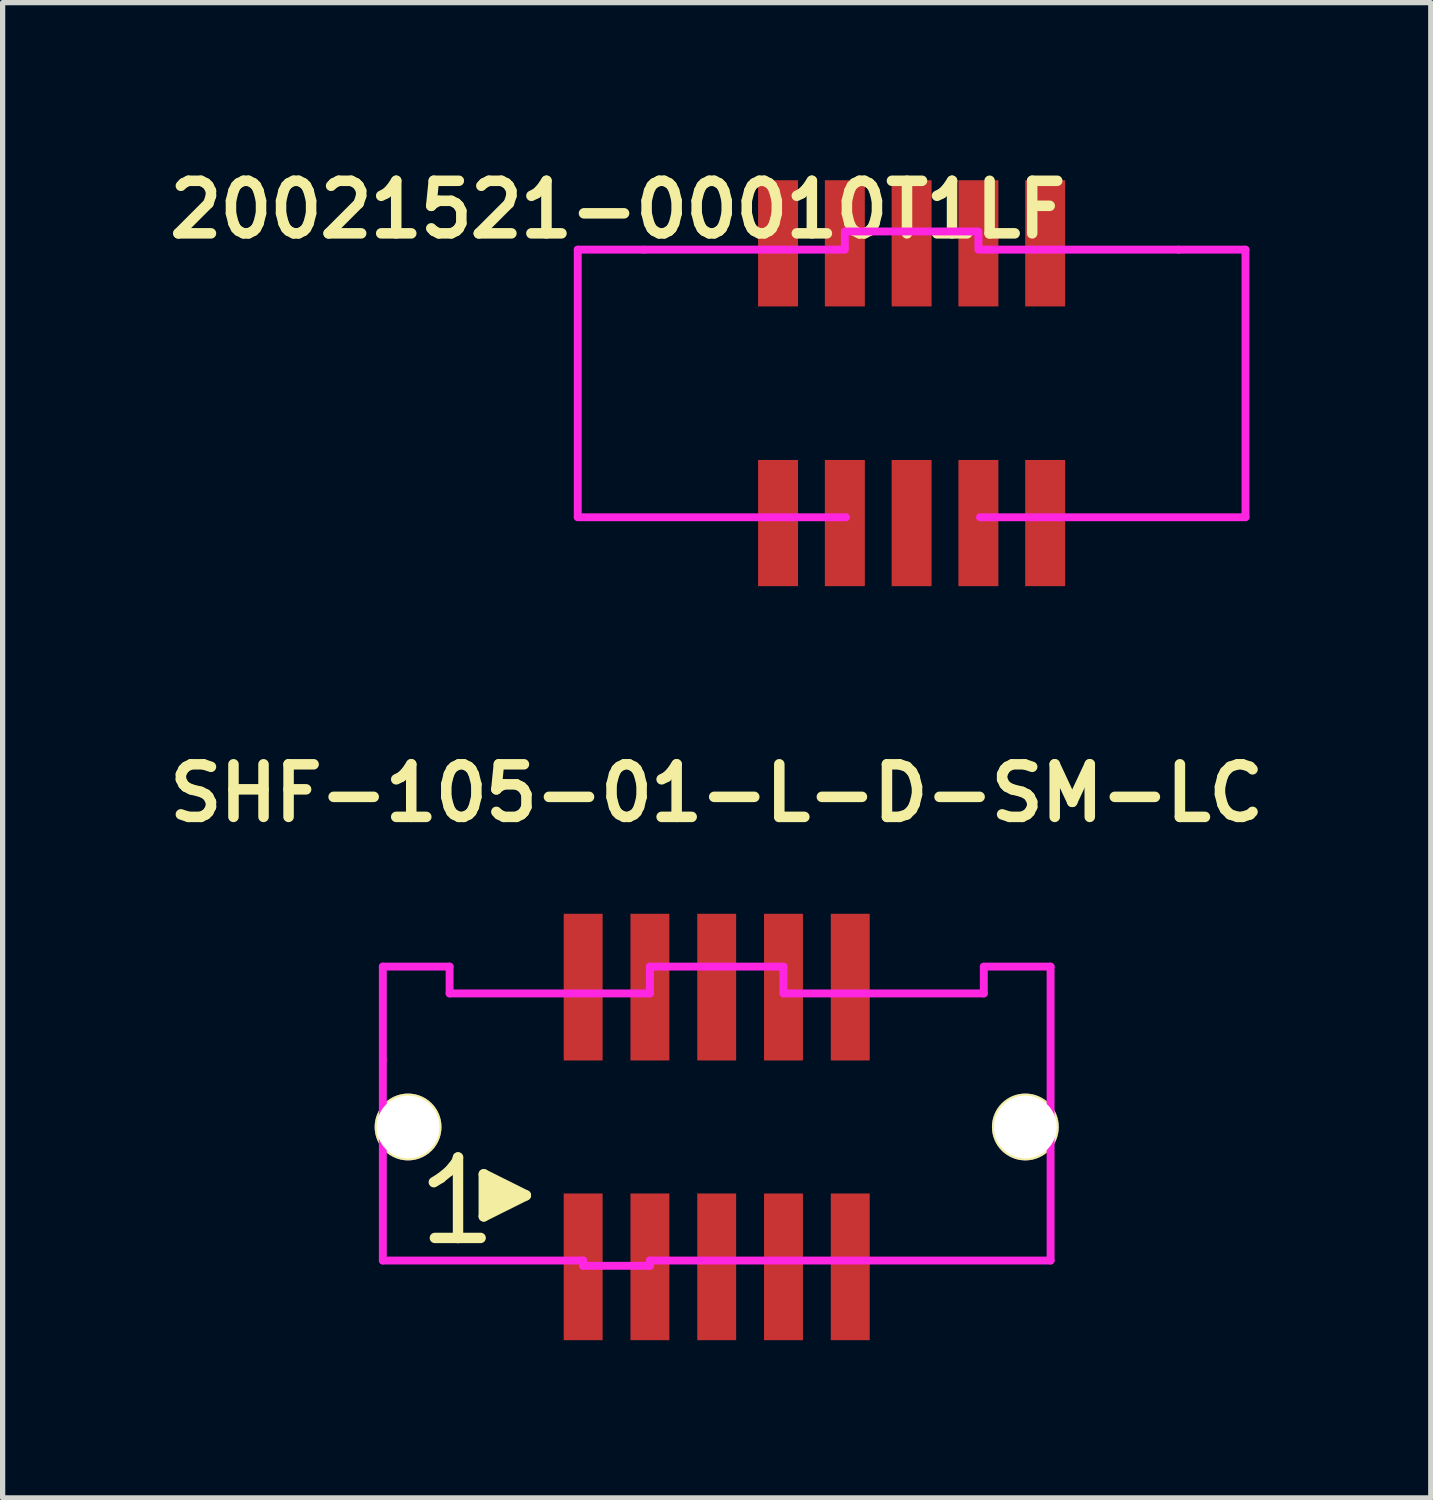
<source format=kicad_pcb>
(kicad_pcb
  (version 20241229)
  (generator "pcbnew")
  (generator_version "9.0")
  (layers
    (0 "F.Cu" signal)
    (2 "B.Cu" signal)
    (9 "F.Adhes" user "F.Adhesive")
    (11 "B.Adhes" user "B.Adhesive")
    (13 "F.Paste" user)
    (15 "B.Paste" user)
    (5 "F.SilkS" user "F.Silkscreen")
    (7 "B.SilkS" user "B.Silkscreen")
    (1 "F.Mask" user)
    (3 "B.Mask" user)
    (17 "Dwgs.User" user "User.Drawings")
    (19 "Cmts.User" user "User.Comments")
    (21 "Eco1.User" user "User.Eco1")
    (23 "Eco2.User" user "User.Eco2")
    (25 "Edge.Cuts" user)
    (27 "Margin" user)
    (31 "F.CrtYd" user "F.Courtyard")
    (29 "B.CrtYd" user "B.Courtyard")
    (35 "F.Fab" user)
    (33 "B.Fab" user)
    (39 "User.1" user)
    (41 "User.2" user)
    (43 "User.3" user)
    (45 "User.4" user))
  (footprint "20021521-00010T1LF"
    (layer "F.Cu")
    (at 14.288 4.238)
    (property "Reference" "20021521-00010T1LF" (at -5.588 -3.302 0) (layer "F.SilkS") (effects (font (size 1 1) (thickness 0.2))))
    (attr through_hole)
    (fp_line (start -6.35 -2.54) (end -6.35 2.54) (stroke (width 0.15) (type solid)) (layer "F.CrtYd"))
    (fp_line (start -6.35 -2.54) (end -5.08 -2.54) (stroke (width 0.15) (type solid)) (layer "F.CrtYd"))
    (fp_line (start -6.35 2.55) (end -1.25 2.55) (stroke (width 0.15) (type solid)) (layer "F.CrtYd"))
    (fp_line (start -5.08 -2.54) (end -1.27 -2.54) (stroke (width 0.15) (type solid)) (layer "F.CrtYd"))
    (fp_line (start -1.27 -2.886) (end 1.27 -2.886) (stroke (width 0.15) (type solid)) (layer "F.CrtYd"))
    (fp_line (start -1.27 -2.84) (end -1.27 -2.586) (stroke (width 0.15) (type solid)) (layer "F.CrtYd"))
    (fp_line (start 1.27 -2.586) (end 1.27 -2.84) (stroke (width 0.15) (type solid)) (layer "F.CrtYd"))
    (fp_line (start 1.27 -2.54) (end 5.08 -2.54) (stroke (width 0.15) (type solid)) (layer "F.CrtYd"))
    (fp_line (start 6.35 -2.54) (end 5.08 -2.54) (stroke (width 0.15) (type solid)) (layer "F.CrtYd"))
    (fp_line (start 6.35 2.54) (end 6.35 -2.54) (stroke (width 0.15) (type solid)) (layer "F.CrtYd"))
    (fp_line (start 6.35 2.55) (end 1.3 2.55) (stroke (width 0.15) (type solid)) (layer "F.CrtYd"))
    (pad "1" smd rect (at -2.54 2.66) (size 0.76 2.4) (layers "F.Cu" "F.Mask" "F.Paste"))
    (pad "2" smd rect (at -2.54 -2.66) (size 0.76 2.4) (layers "F.Cu" "F.Mask" "F.Paste"))
    (pad "3" smd rect (at -1.27 2.66) (size 0.76 2.4) (layers "F.Cu" "F.Mask" "F.Paste"))
    (pad "4" smd rect (at -1.27 -2.66) (size 0.76 2.4) (layers "F.Cu" "F.Mask" "F.Paste"))
    (pad "5" smd rect (at 0 2.66 180) (size 0.76 2.4) (layers "F.Cu" "F.Mask" "F.Paste"))
    (pad "6" smd rect (at 0 -2.66) (size 0.76 2.4) (layers "F.Cu" "F.Mask" "F.Paste"))
    (pad "7" smd rect (at 1.27 2.66) (size 0.76 2.4) (layers "F.Cu" "F.Mask" "F.Paste"))
    (pad "8" smd rect (at 1.27 -2.66) (size 0.76 2.4) (layers "F.Cu" "F.Mask" "F.Paste"))
    (pad "9" smd rect (at 2.54 2.66) (size 0.76 2.4) (layers "F.Cu" "F.Mask" "F.Paste"))
    (pad "10" smd rect (at 2.54 -2.66) (size 0.76 2.4) (layers "F.Cu" "F.Mask" "F.Paste")))
  (footprint "SHF-105-01-L-D-SM-LC"
    (layer "F.Cu")
    (at 10.581 18.384)
    (property "Reference" "SHF-105-01-L-D-SM-LC" (at 0 -6.35 0) (layer "F.SilkS") (effects (font (size 1 1) (thickness 0.2))))
    (attr through_hole)
    (fp_line (start -5.38 1.05) (end -5.25 0.97) (stroke (width 0.198) (type solid)) (layer "F.SilkS"))
    (fp_line (start -5.25 0.97) (end -5.09 0.84) (stroke (width 0.198) (type solid)) (layer "F.SilkS"))
    (fp_line (start -5.09 0.84) (end -4.95 0.67) (stroke (width 0.198) (type solid)) (layer "F.SilkS"))
    (fp_line (start -4.95 0.67) (end -4.92 0.58) (stroke (width 0.198) (type solid)) (layer "F.SilkS"))
    (fp_line (start -4.92 0.58) (end -4.92 2.11) (stroke (width 0.198) (type solid)) (layer "F.SilkS"))
    (fp_line (start -4.92 2.11) (end -5.36 2.11) (stroke (width 0.198) (type solid)) (layer "F.SilkS"))
    (fp_line (start -4.49 2.11) (end -4.93 2.11) (stroke (width 0.198) (type solid)) (layer "F.SilkS"))
    (fp_line (start -4.43 0.9) (end -3.63 1.3) (stroke (width 0.198) (type solid)) (layer "F.SilkS"))
    (fp_line (start -4.43 1.7) (end -4.43 0.9) (stroke (width 0.198) (type solid)) (layer "F.SilkS"))
    (fp_line (start -4.33 1.6) (end -4.33 1) (stroke (width 0.198) (type solid)) (layer "F.SilkS"))
    (fp_line (start -4.23 1.1) (end -4.23 1.5) (stroke (width 0.198) (type solid)) (layer "F.SilkS"))
    (fp_line (start -4.13 1.5) (end -4.13 1.1) (stroke (width 0.198) (type solid)) (layer "F.SilkS"))
    (fp_line (start -4.03 1.2) (end -4.03 1.4) (stroke (width 0.198) (type solid)) (layer "F.SilkS"))
    (fp_line (start -3.93 1.4) (end -3.93 1.2) (stroke (width 0.198) (type solid)) (layer "F.SilkS"))
    (fp_line (start -3.63 1.3) (end -4.43 1.7) (stroke (width 0.198) (type solid)) (layer "F.SilkS"))
    (fp_line (start -6.35 -3.05) (end -5.08 -3.05) (stroke (width 0.15) (type solid)) (layer "F.CrtYd"))
    (fp_line (start -6.35 -1.27) (end -6.35 -3.05) (stroke (width 0.15) (type solid)) (layer "F.CrtYd"))
    (fp_line (start -6.35 2.54) (end -6.35 -1.27) (stroke (width 0.15) (type solid)) (layer "F.CrtYd"))
    (fp_line (start -6.35 2.54) (end -2.54 2.54) (stroke (width 0.15) (type solid)) (layer "F.CrtYd"))
    (fp_line (start -5.08 -3.05) (end -5.08 -2.54) (stroke (width 0.15) (type solid)) (layer "F.CrtYd"))
    (fp_line (start -5.08 -2.54) (end -1.27 -2.54) (stroke (width 0.15) (type solid)) (layer "F.CrtYd"))
    (fp_line (start -2.54 2.54) (end -2.54 2.639) (stroke (width 0.15) (type solid)) (layer "F.CrtYd"))
    (fp_line (start -1.27 -3.05) (end 1.27 -3.05) (stroke (width 0.15) (type solid)) (layer "F.CrtYd"))
    (fp_line (start -1.27 -2.54) (end -1.27 -3.05) (stroke (width 0.15) (type solid)) (layer "F.CrtYd"))
    (fp_line (start -1.27 2.54) (end 6.35 2.54) (stroke (width 0.15) (type solid)) (layer "F.CrtYd"))
    (fp_line (start -1.27 2.64) (end -2.54 2.64) (stroke (width 0.15) (type solid)) (layer "F.CrtYd"))
    (fp_line (start -1.27 2.642) (end -1.27 2.54) (stroke (width 0.15) (type solid)) (layer "F.CrtYd"))
    (fp_line (start 1.27 -2.54) (end 1.27 -3.05) (stroke (width 0.15) (type solid)) (layer "F.CrtYd"))
    (fp_line (start 1.27 -2.54) (end 5.08 -2.54) (stroke (width 0.15) (type solid)) (layer "F.CrtYd"))
    (fp_line (start 5.08 -3.05) (end 6.35 -3.05) (stroke (width 0.15) (type solid)) (layer "F.CrtYd"))
    (fp_line (start 5.08 -2.54) (end 5.08 -3.048) (stroke (width 0.15) (type solid)) (layer "F.CrtYd"))
    (fp_line (start 6.35 -3.05) (end 6.35 2.54) (stroke (width 0.15) (type solid)) (layer "F.CrtYd"))
    (pad "" np_thru_hole circle (at -5.87 0) (size 1.27 1.27) (drill 1.194) (layers "*.Cu" "*.Mask" "F.SilkS"))
    (pad "" np_thru_hole circle (at 5.87 0) (size 1.27 1.27) (drill 1.194) (layers "*.Cu" "*.Mask" "F.SilkS"))
    (pad "1" smd rect (at -2.54 2.66) (size 0.74 2.79) (layers "F.Cu" "F.Mask" "F.Paste"))
    (pad "2" smd rect (at -2.54 -2.66) (size 0.74 2.79) (layers "F.Cu" "F.Mask" "F.Paste"))
    (pad "3" smd rect (at -1.27 2.66) (size 0.74 2.79) (layers "F.Cu" "F.Mask" "F.Paste"))
    (pad "4" smd rect (at -1.27 -2.66) (size 0.74 2.79) (layers "F.Cu" "F.Mask" "F.Paste"))
    (pad "5" smd rect (at 0 2.66 180) (size 0.74 2.79) (layers "F.Cu" "F.Mask" "F.Paste"))
    (pad "6" smd rect (at 0 -2.66) (size 0.74 2.79) (layers "F.Cu" "F.Mask" "F.Paste"))
    (pad "7" smd rect (at 1.27 2.66) (size 0.74 2.79) (layers "F.Cu" "F.Mask" "F.Paste"))
    (pad "8" smd rect (at 1.27 -2.66) (size 0.74 2.79) (layers "F.Cu" "F.Mask" "F.Paste"))
    (pad "9" smd rect (at 2.54 2.66) (size 0.74 2.79) (layers "F.Cu" "F.Mask" "F.Paste"))
    (pad "10" smd rect (at 2.54 -2.66) (size 0.74 2.79) (layers "F.Cu" "F.Mask" "F.Paste")))
  (gr_rect
    (start -3 -3)
    (end 24.162 25.439)
    (stroke (width 0.1) (type default))
    (fill no)
    (layer "Edge.Cuts")))
</source>
